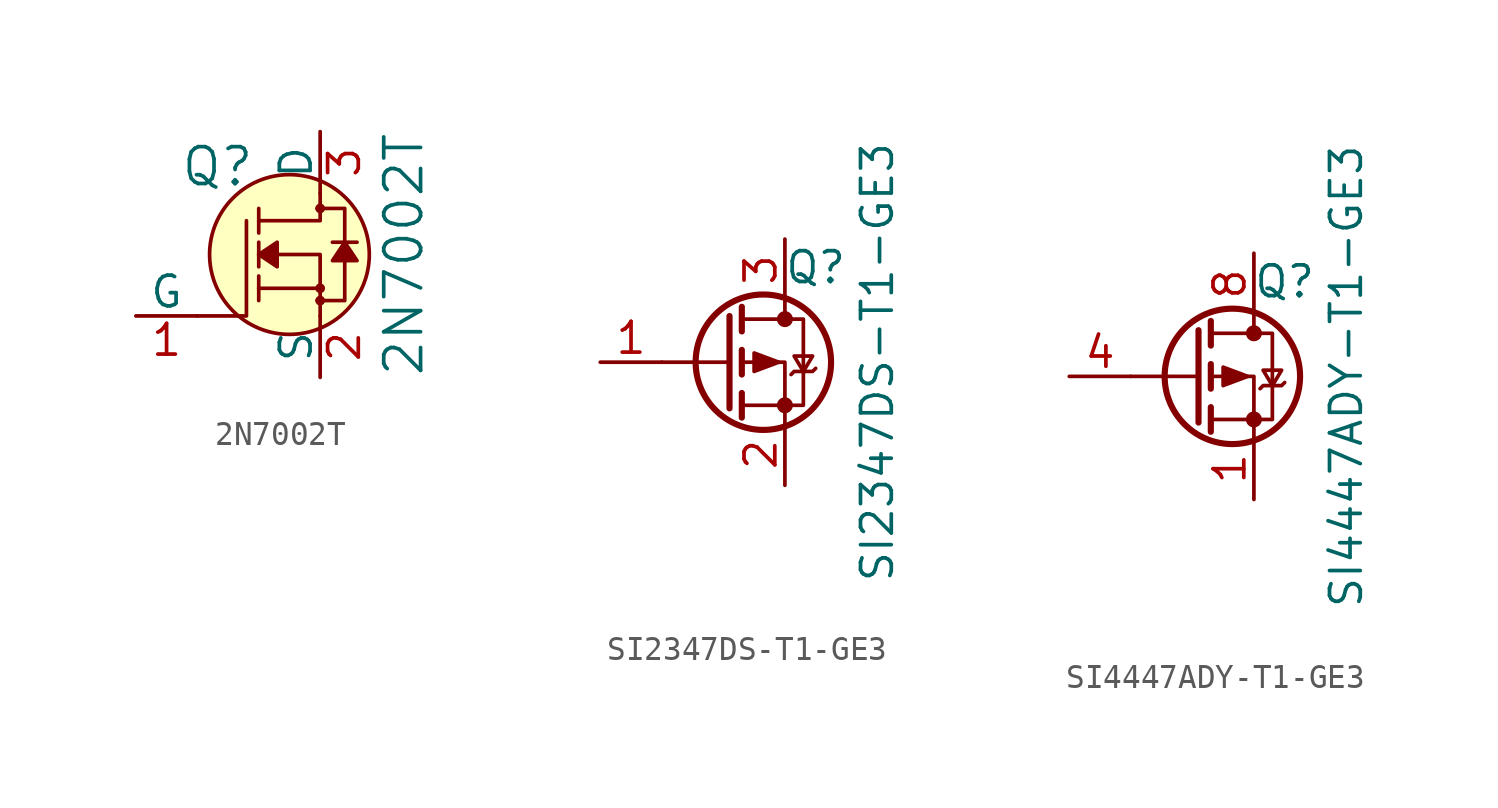
<source format=kicad_sym>
(kicad_symbol_lib
  (version 20220914)
  (generator kicad_symbol_editor)
  (symbol "2N7002T"
    (pin_names
      (offset 0))
    (property "Reference" "Q"
      (at -2.692 3.632 0)
      (effects (font (size 1.524 1.524)) (justify right)))
    (property "Value" "2N7002T"
      (at 3.454 0 90)
      (effects (font (size 1.524 1.524))))
    (symbol "2N7002T_0_1"
      (circle (center -1.27 0) (radius 3.302) (stroke (width 0) (type solid)) (fill (type background)))
      (circle (center 0 -1.905) (radius 0.127) (stroke (width 0) (type solid)) (fill (type none)))
      (circle (center 0 -1.397) (radius 0.127) (stroke (width 0) (type solid)) (fill (type none)))
      (polyline (pts (xy 0 -1.397) (xy -2.54 -1.397)) (stroke (width 0) (type solid)) (fill (type none)))
      (polyline (pts (xy -5.08 -2.54) (xy -3.048 -2.54) (xy -3.048 1.397)) (stroke (width 0) (type solid)) (fill (type none)))
      (polyline (pts (xy 0 -2.54) (xy 0 0) (xy -2.54 0)) (stroke (width 0) (type solid)) (fill (type none)))
      (polyline (pts (xy 0 2.54) (xy 0 1.397) (xy -2.54 1.397)) (stroke (width 0) (type solid)) (fill (type none)))
      (polyline (pts (xy -0.127 -1.905) (xy 1.016 -1.905) (xy 1.016 1.397) (xy 1.016 1.905) (xy -0.127 1.905)) (stroke (width 0) (type solid)) (fill (type none)))
      (circle (center 0 1.905) (radius 0.127) (stroke (width 0) (type solid)) (fill (type none))))
    (symbol "2N7002T_1_1"
      (polyline (pts (xy -2.54 -1.397) (xy -2.54 -1.905)) (stroke (width 0) (type solid)) (fill (type none)))
      (polyline (pts (xy -2.54 -1.397) (xy -2.54 -0.889)) (stroke (width 0) (type solid)) (fill (type none)))
      (polyline (pts (xy -2.54 0) (xy -2.54 -0.508)) (stroke (width 0) (type solid)) (fill (type none)))
      (polyline (pts (xy -2.54 0) (xy -2.54 0.508)) (stroke (width 0) (type solid)) (fill (type none)))
      (polyline (pts (xy -2.54 1.905) (xy -2.54 0.889)) (stroke (width 0) (type solid)) (fill (type none)))
      (polyline (pts (xy 1.524 0.508) (xy 0.508 0.508)) (stroke (width 0) (type solid)) (fill (type none)))
      (polyline (pts (xy -2.54 0) (xy -1.778 0.508) (xy -1.778 -0.508) (xy -2.54 0)) (stroke (width 0) (type solid)) (fill (type outline)))
      (polyline (pts (xy 1.016 0.508) (xy 0.508 -0.254) (xy 1.524 -0.254) (xy 1.016 0.508)) (stroke (width 0) (type solid)) (fill (type outline)))
      (pin passive line (at -7.62 -2.54 0) (length 2.54) (name "G" (effects (font (size 1.27 1.27)))) (number "1" (effects (font (size 1.27 1.27)))))
      (pin passive line (at 0 -5.08 90) (length 2.54) (name "S" (effects (font (size 1.27 1.27)))) (number "2" (effects (font (size 1.27 1.27)))))
      (pin passive line (at 0 5.08 270) (length 2.54) (name "D" (effects (font (size 1.27 1.27)))) (number "3" (effects (font (size 1.27 1.27)))))))
  (symbol "SI2347DS-T1-GE3"
    (pin_names hide)
    (property "Reference" "Q"
      (at 1.27 3.912 0)
      (effects (font (size 1.27 1.27))))
    (property "Value" "SI2347DS-T1-GE3"
      (at 3.81 0 90)
      (effects (font (size 1.27 1.27))))
    (symbol "SI2347DS-T1-GE3_0_1"
      (circle (center -0.889 0) (radius 2.794) (stroke (width 0.254) (type solid)) (fill (type none)))
      (circle (center 0 -1.778) (radius 0.254) (stroke (width 0) (type solid)) (fill (type outline)))
      (polyline (pts (xy -2.286 0) (xy -5.08 0)) (stroke (width 0) (type solid)) (fill (type none)))
      (polyline (pts (xy -2.286 1.905) (xy -2.286 -1.905)) (stroke (width 0.254) (type solid)) (fill (type none)))
      (polyline (pts (xy -1.778 -1.27) (xy -1.778 -2.286)) (stroke (width 0.254) (type solid)) (fill (type none)))
      (polyline (pts (xy -1.778 0.508) (xy -1.778 -0.508)) (stroke (width 0.254) (type solid)) (fill (type none)))
      (polyline (pts (xy -1.778 2.286) (xy -1.778 1.27)) (stroke (width 0.254) (type solid)) (fill (type none)))
      (polyline (pts (xy 0 2.54) (xy 0 1.778)) (stroke (width 0) (type solid)) (fill (type none)))
      (polyline (pts (xy 0 -2.54) (xy 0 0) (xy -1.778 0)) (stroke (width 0) (type solid)) (fill (type none)))
      (polyline (pts (xy -1.778 1.778) (xy 0.762 1.778) (xy 0.762 -1.778) (xy -1.778 -1.778)) (stroke (width 0) (type solid)) (fill (type none)))
      (polyline (pts (xy -0.254 0) (xy -1.27 0.381) (xy -1.27 -0.381) (xy -0.254 0)) (stroke (width 0) (type solid)) (fill (type outline)))
      (polyline (pts (xy 0.254 -0.508) (xy 0.381 -0.381) (xy 1.143 -0.381) (xy 1.27 -0.254)) (stroke (width 0) (type solid)) (fill (type none)))
      (polyline (pts (xy 0.762 -0.381) (xy 0.381 0.254) (xy 1.143 0.254) (xy 0.762 -0.381)) (stroke (width 0) (type solid)) (fill (type none)))
      (circle (center 0 1.778) (radius 0.254) (stroke (width 0) (type solid)) (fill (type outline))))
    (symbol "SI2347DS-T1-GE3_1_1"
      (pin passive line (at -7.62 0 0) (length 2.54) (name "G" (effects (font (size 1.27 1.27)))) (number "1" (effects (font (size 1.27 1.27)))))
      (pin passive line (at 0 -5.08 90) (length 2.54) (name "S" (effects (font (size 1.27 1.27)))) (number "2" (effects (font (size 1.27 1.27)))))
      (pin passive line (at 0 5.08 270) (length 2.54) (name "D" (effects (font (size 1.27 1.27)))) (number "3" (effects (font (size 1.27 1.27)))))))
  (symbol "SI4447ADY-T1-GE3"
    (pin_names hide)
    (property "Reference" "Q"
      (at 1.27 3.912 0)
      (effects (font (size 1.27 1.27))))
    (property "Value" "SI4447ADY-T1-GE3"
      (at 3.81 0 90)
      (effects (font (size 1.27 1.27))))
    (symbol "SI4447ADY-T1-GE3_0_1"
      (circle (center -0.889 0) (radius 2.794) (stroke (width 0.254) (type solid)) (fill (type none)))
      (circle (center 0 -1.778) (radius 0.254) (stroke (width 0) (type solid)) (fill (type outline)))
      (polyline (pts (xy -2.286 0) (xy -5.08 0)) (stroke (width 0) (type solid)) (fill (type none)))
      (polyline (pts (xy -2.286 1.905) (xy -2.286 -1.905)) (stroke (width 0.254) (type solid)) (fill (type none)))
      (polyline (pts (xy -1.778 -1.27) (xy -1.778 -2.286)) (stroke (width 0.254) (type solid)) (fill (type none)))
      (polyline (pts (xy -1.778 0.508) (xy -1.778 -0.508)) (stroke (width 0.254) (type solid)) (fill (type none)))
      (polyline (pts (xy -1.778 2.286) (xy -1.778 1.27)) (stroke (width 0.254) (type solid)) (fill (type none)))
      (polyline (pts (xy 0 2.54) (xy 0 1.778)) (stroke (width 0) (type solid)) (fill (type none)))
      (polyline (pts (xy 0 -2.54) (xy 0 0) (xy -1.778 0)) (stroke (width 0) (type solid)) (fill (type none)))
      (polyline (pts (xy -1.778 1.778) (xy 0.762 1.778) (xy 0.762 -1.778) (xy -1.778 -1.778)) (stroke (width 0) (type solid)) (fill (type none)))
      (polyline (pts (xy -0.254 0) (xy -1.27 0.381) (xy -1.27 -0.381) (xy -0.254 0)) (stroke (width 0) (type solid)) (fill (type outline)))
      (polyline (pts (xy 0.254 -0.508) (xy 0.381 -0.381) (xy 1.143 -0.381) (xy 1.27 -0.254)) (stroke (width 0) (type solid)) (fill (type none)))
      (polyline (pts (xy 0.762 -0.381) (xy 0.381 0.254) (xy 1.143 0.254) (xy 0.762 -0.381)) (stroke (width 0) (type solid)) (fill (type none)))
      (circle (center 0 1.778) (radius 0.254) (stroke (width 0) (type solid)) (fill (type outline))))
    (symbol "SI4447ADY-T1-GE3_1_1"
      (pin passive line (at 0 -5.08 90) (length 2.54) (name "S" (effects (font (size 1.27 1.27)))) (number "1" (effects (font (size 1.27 1.27)))))
      (pin passive line (at 0 -5.08 90) (length 2.54) hide (name "S" (effects (font (size 1.27 1.27)))) (number "2" (effects (font (size 1.27 1.27)))))
      (pin passive line (at 0 -5.08 90) (length 2.54) hide (name "S" (effects (font (size 1.27 1.27)))) (number "3" (effects (font (size 1.27 1.27)))))
      (pin passive line (at -7.62 0 0) (length 2.54) (name "G" (effects (font (size 1.27 1.27)))) (number "4" (effects (font (size 1.27 1.27)))))
      (pin passive line (at 0 5.08 270) (length 2.54) hide (name "D" (effects (font (size 1.27 1.27)))) (number "5" (effects (font (size 1.27 1.27)))))
      (pin passive line (at 0 5.08 270) (length 2.54) hide (name "D" (effects (font (size 1.27 1.27)))) (number "6" (effects (font (size 1.27 1.27)))))
      (pin passive line (at 0 5.08 270) (length 2.54) hide (name "D" (effects (font (size 1.27 1.27)))) (number "7" (effects (font (size 1.27 1.27)))))
      (pin passive line (at 0 5.08 270) (length 2.54) (name "D" (effects (font (size 1.27 1.27)))) (number "8" (effects (font (size 1.27 1.27))))))))
</source>
